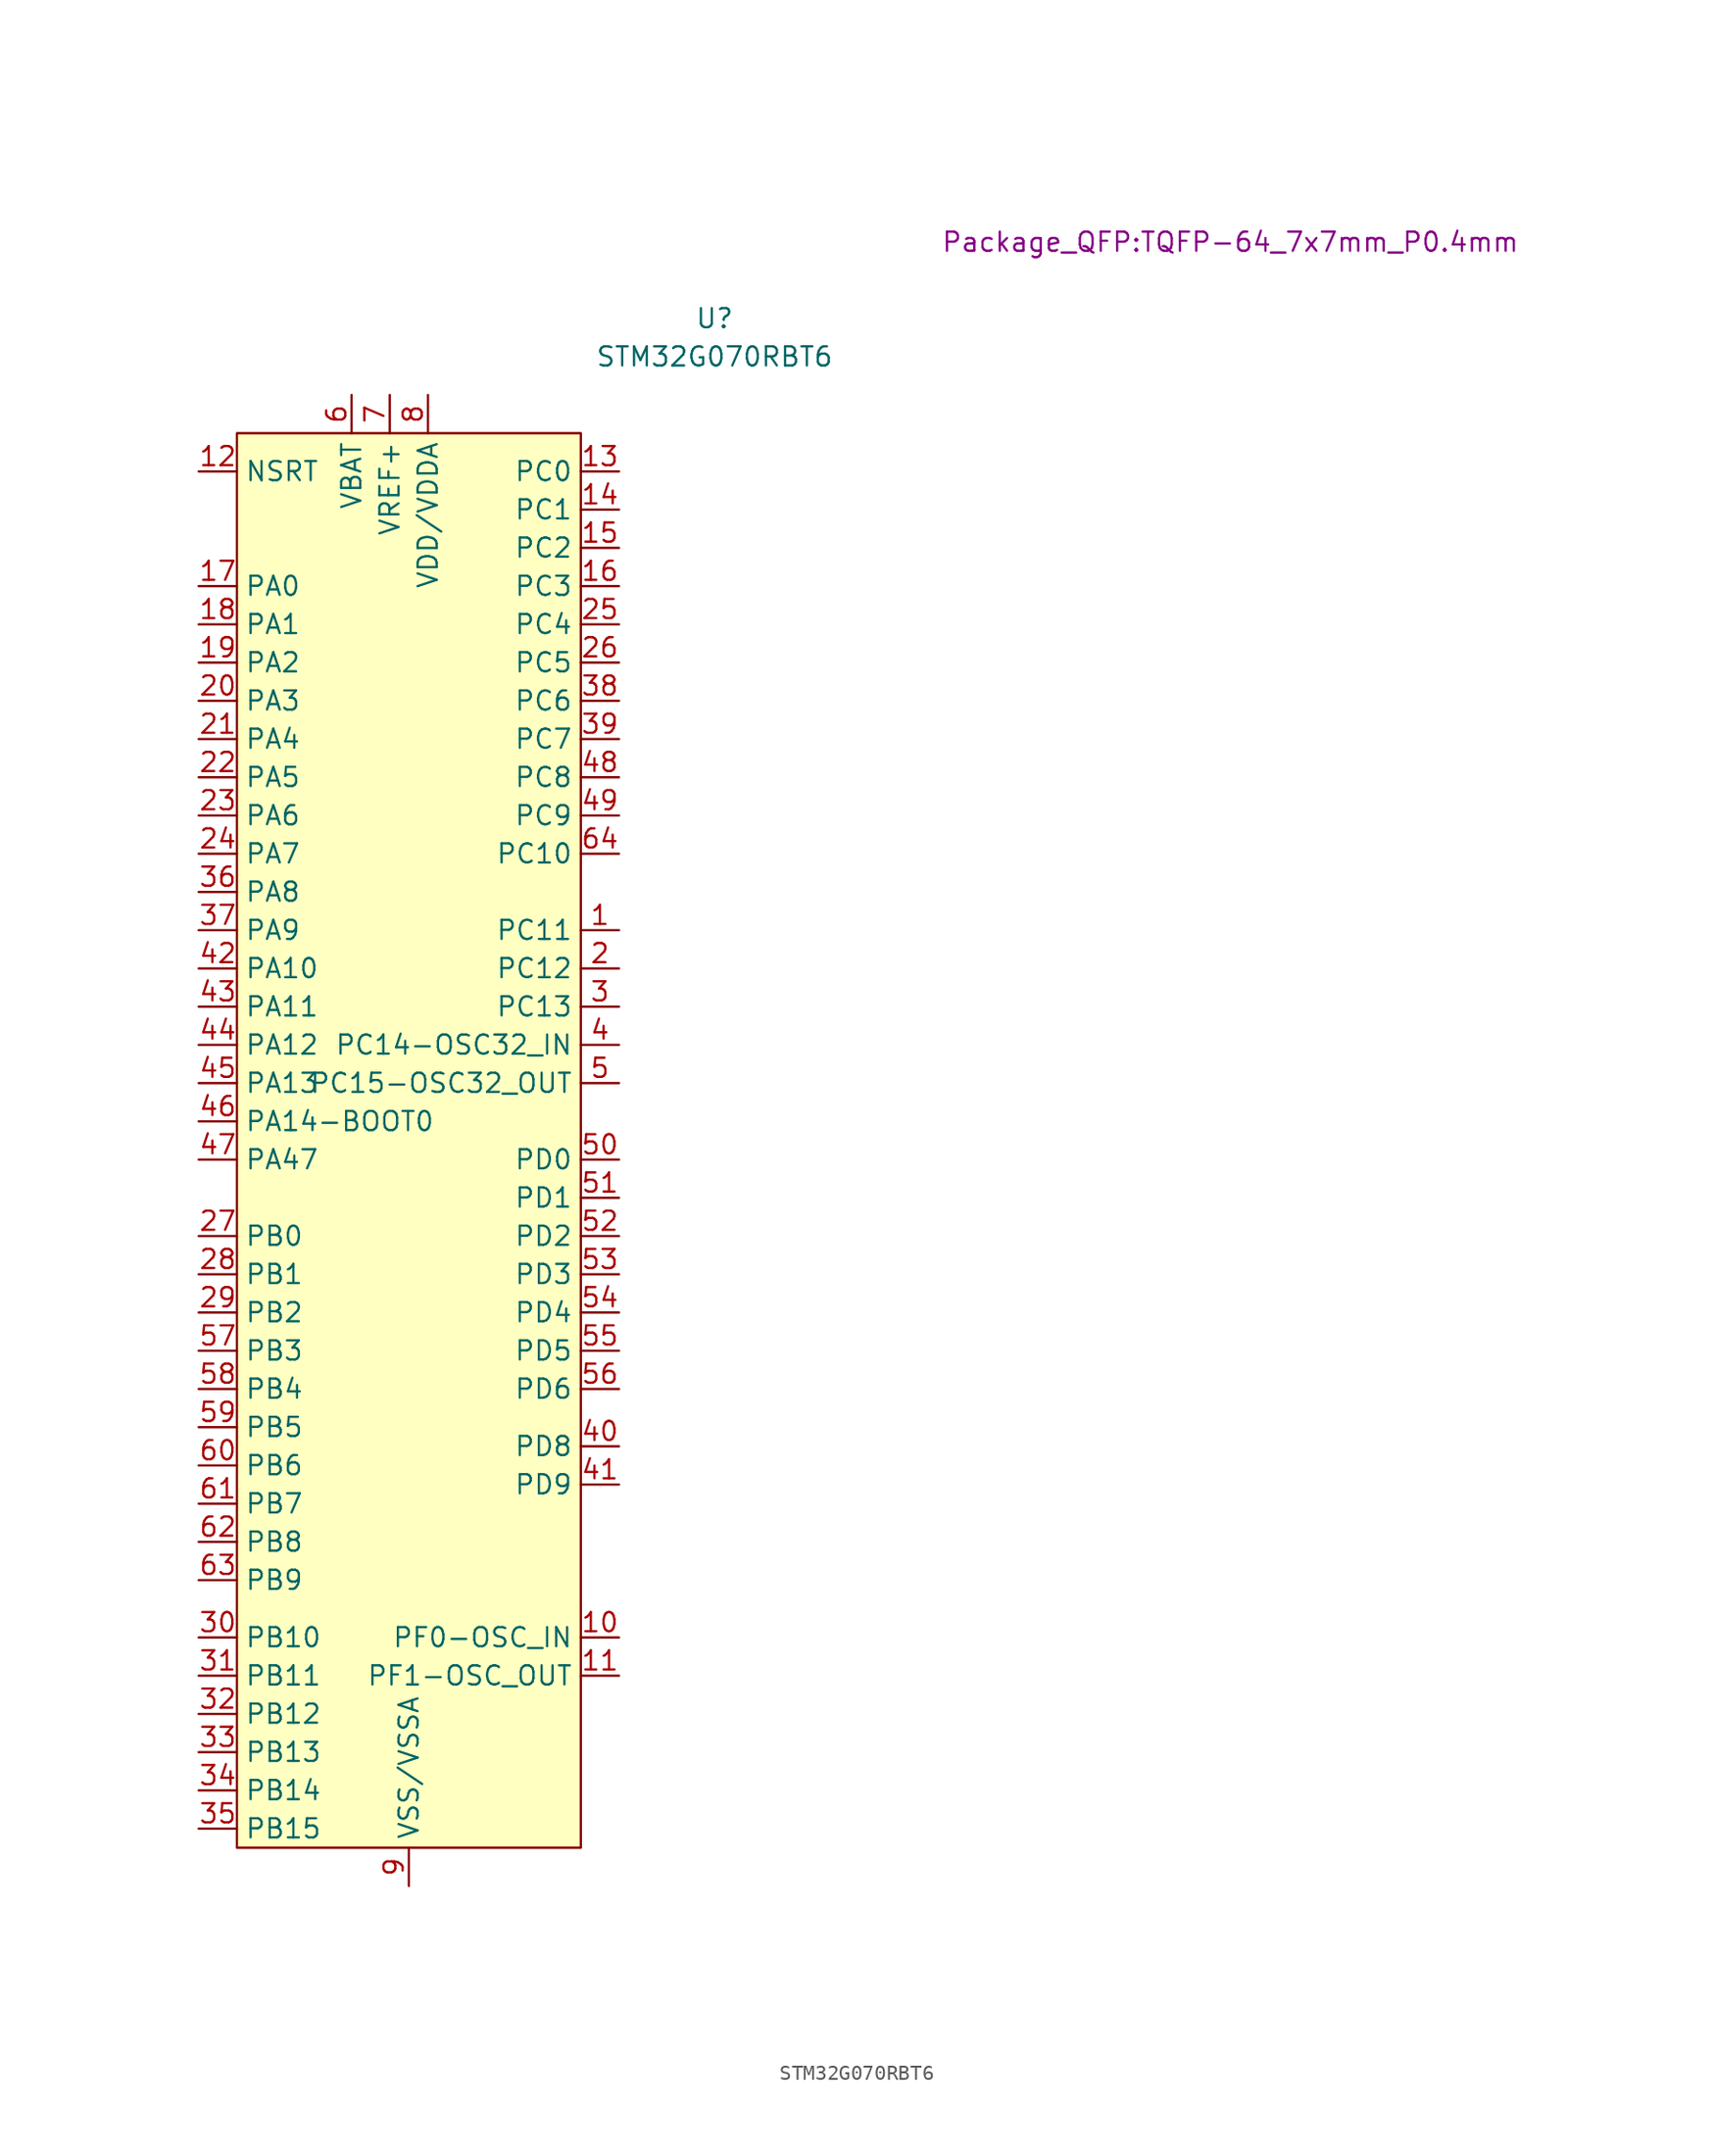
<source format=kicad_sym>
(kicad_symbol_lib
  (version 20211014)
  (generator kicad_symbol_editor)
  (symbol "STM32G070RBT6"
    (property "Reference" "U"
      (at -34.29 -5.08 0)
      (effects (font (size 1.27 1.27))))
    (property "Value" "STM32G070RBT6"
      (at -34.29 -7.62 0)
      (effects (font (size 1.27 1.27))))
    (property "Footprint" "Package_QFP:TQFP-64_7x7mm_P0.4mm"
      (at 0 0 0)
      (effects (font (size 1.27 1.27))))
    (symbol "STM32G070RBT6_0_1"
      (rectangle (start -66.04 -12.7) (end -43.18 -106.68) (stroke (width 0) (type default) (color 0 0 0 0)) (fill (type background))))
    (symbol "STM32G070RBT6_1_1"
      (pin bidirectional line (at -40.64 -45.72 180) (length 2.54) (name "PC11" (effects (font (size 1.27 1.27)))) (number "1" (effects (font (size 1.27 1.27)))))
      (pin bidirectional line (at -40.64 -92.71 180) (length 2.54) (name "PF0-OSC_IN" (effects (font (size 1.27 1.27)))) (number "10" (effects (font (size 1.27 1.27)))))
      (pin bidirectional line (at -40.64 -95.25 180) (length 2.54) (name "PF1-OSC_OUT" (effects (font (size 1.27 1.27)))) (number "11" (effects (font (size 1.27 1.27)))))
      (pin bidirectional line (at -68.58 -15.24 0) (length 2.54) (name "NSRT" (effects (font (size 1.27 1.27)))) (number "12" (effects (font (size 1.27 1.27)))))
      (pin bidirectional line (at -40.64 -15.24 180) (length 2.54) (name "PC0" (effects (font (size 1.27 1.27)))) (number "13" (effects (font (size 1.27 1.27)))))
      (pin bidirectional line (at -40.64 -17.78 180) (length 2.54) (name "PC1" (effects (font (size 1.27 1.27)))) (number "14" (effects (font (size 1.27 1.27)))))
      (pin bidirectional line (at -40.64 -20.32 180) (length 2.54) (name "PC2" (effects (font (size 1.27 1.27)))) (number "15" (effects (font (size 1.27 1.27)))))
      (pin bidirectional line (at -40.64 -22.86 180) (length 2.54) (name "PC3" (effects (font (size 1.27 1.27)))) (number "16" (effects (font (size 1.27 1.27)))))
      (pin bidirectional line (at -68.58 -22.86 0) (length 2.54) (name "PA0" (effects (font (size 1.27 1.27)))) (number "17" (effects (font (size 1.27 1.27)))))
      (pin bidirectional line (at -68.58 -25.4 0) (length 2.54) (name "PA1" (effects (font (size 1.27 1.27)))) (number "18" (effects (font (size 1.27 1.27)))))
      (pin bidirectional line (at -68.58 -27.94 0) (length 2.54) (name "PA2" (effects (font (size 1.27 1.27)))) (number "19" (effects (font (size 1.27 1.27)))))
      (pin bidirectional line (at -40.64 -48.26 180) (length 2.54) (name "PC12" (effects (font (size 1.27 1.27)))) (number "2" (effects (font (size 1.27 1.27)))))
      (pin bidirectional line (at -68.58 -30.48 0) (length 2.54) (name "PA3" (effects (font (size 1.27 1.27)))) (number "20" (effects (font (size 1.27 1.27)))))
      (pin bidirectional line (at -68.58 -33.02 0) (length 2.54) (name "PA4" (effects (font (size 1.27 1.27)))) (number "21" (effects (font (size 1.27 1.27)))))
      (pin bidirectional line (at -68.58 -35.56 0) (length 2.54) (name "PA5" (effects (font (size 1.27 1.27)))) (number "22" (effects (font (size 1.27 1.27)))))
      (pin bidirectional line (at -68.58 -38.1 0) (length 2.54) (name "PA6" (effects (font (size 1.27 1.27)))) (number "23" (effects (font (size 1.27 1.27)))))
      (pin bidirectional line (at -68.58 -40.64 0) (length 2.54) (name "PA7" (effects (font (size 1.27 1.27)))) (number "24" (effects (font (size 1.27 1.27)))))
      (pin bidirectional line (at -40.64 -25.4 180) (length 2.54) (name "PC4" (effects (font (size 1.27 1.27)))) (number "25" (effects (font (size 1.27 1.27)))))
      (pin bidirectional line (at -40.64 -27.94 180) (length 2.54) (name "PC5" (effects (font (size 1.27 1.27)))) (number "26" (effects (font (size 1.27 1.27)))))
      (pin bidirectional line (at -68.58 -66.04 0) (length 2.54) (name "PB0" (effects (font (size 1.27 1.27)))) (number "27" (effects (font (size 1.27 1.27)))))
      (pin bidirectional line (at -68.58 -68.58 0) (length 2.54) (name "PB1" (effects (font (size 1.27 1.27)))) (number "28" (effects (font (size 1.27 1.27)))))
      (pin bidirectional line (at -68.58 -71.12 0) (length 2.54) (name "PB2" (effects (font (size 1.27 1.27)))) (number "29" (effects (font (size 1.27 1.27)))))
      (pin bidirectional line (at -40.64 -50.8 180) (length 2.54) (name "PC13" (effects (font (size 1.27 1.27)))) (number "3" (effects (font (size 1.27 1.27)))))
      (pin bidirectional line (at -68.58 -92.71 0) (length 2.54) (name "PB10" (effects (font (size 1.27 1.27)))) (number "30" (effects (font (size 1.27 1.27)))))
      (pin bidirectional line (at -68.58 -95.25 0) (length 2.54) (name "PB11" (effects (font (size 1.27 1.27)))) (number "31" (effects (font (size 1.27 1.27)))))
      (pin bidirectional line (at -68.58 -97.79 0) (length 2.54) (name "PB12" (effects (font (size 1.27 1.27)))) (number "32" (effects (font (size 1.27 1.27)))))
      (pin bidirectional line (at -68.58 -100.33 0) (length 2.54) (name "PB13" (effects (font (size 1.27 1.27)))) (number "33" (effects (font (size 1.27 1.27)))))
      (pin bidirectional line (at -68.58 -102.87 0) (length 2.54) (name "PB14" (effects (font (size 1.27 1.27)))) (number "34" (effects (font (size 1.27 1.27)))))
      (pin bidirectional line (at -68.58 -105.41 0) (length 2.54) (name "PB15" (effects (font (size 1.27 1.27)))) (number "35" (effects (font (size 1.27 1.27)))))
      (pin bidirectional line (at -68.58 -43.18 0) (length 2.54) (name "PA8" (effects (font (size 1.27 1.27)))) (number "36" (effects (font (size 1.27 1.27)))))
      (pin bidirectional line (at -68.58 -45.72 0) (length 2.54) (name "PA9" (effects (font (size 1.27 1.27)))) (number "37" (effects (font (size 1.27 1.27)))))
      (pin bidirectional line (at -40.64 -30.48 180) (length 2.54) (name "PC6" (effects (font (size 1.27 1.27)))) (number "38" (effects (font (size 1.27 1.27)))))
      (pin bidirectional line (at -40.64 -33.02 180) (length 2.54) (name "PC7" (effects (font (size 1.27 1.27)))) (number "39" (effects (font (size 1.27 1.27)))))
      (pin bidirectional line (at -40.64 -53.34 180) (length 2.54) (name "PC14-OSC32_IN" (effects (font (size 1.27 1.27)))) (number "4" (effects (font (size 1.27 1.27)))))
      (pin bidirectional line (at -40.64 -80.01 180) (length 2.54) (name "PD8" (effects (font (size 1.27 1.27)))) (number "40" (effects (font (size 1.27 1.27)))))
      (pin bidirectional line (at -40.64 -82.55 180) (length 2.54) (name "PD9" (effects (font (size 1.27 1.27)))) (number "41" (effects (font (size 1.27 1.27)))))
      (pin bidirectional line (at -68.58 -48.26 0) (length 2.54) (name "PA10" (effects (font (size 1.27 1.27)))) (number "42" (effects (font (size 1.27 1.27)))))
      (pin bidirectional line (at -68.58 -50.8 0) (length 2.54) (name "PA11" (effects (font (size 1.27 1.27)))) (number "43" (effects (font (size 1.27 1.27)))))
      (pin bidirectional line (at -68.58 -53.34 0) (length 2.54) (name "PA12" (effects (font (size 1.27 1.27)))) (number "44" (effects (font (size 1.27 1.27)))))
      (pin bidirectional line (at -68.58 -55.88 0) (length 2.54) (name "PA13" (effects (font (size 1.27 1.27)))) (number "45" (effects (font (size 1.27 1.27)))))
      (pin bidirectional line (at -68.58 -58.42 0) (length 2.54) (name "PA14-BOOT0" (effects (font (size 1.27 1.27)))) (number "46" (effects (font (size 1.27 1.27)))))
      (pin bidirectional line (at -68.58 -60.96 0) (length 2.54) (name "PA47" (effects (font (size 1.27 1.27)))) (number "47" (effects (font (size 1.27 1.27)))))
      (pin bidirectional line (at -40.64 -35.56 180) (length 2.54) (name "PC8" (effects (font (size 1.27 1.27)))) (number "48" (effects (font (size 1.27 1.27)))))
      (pin bidirectional line (at -40.64 -38.1 180) (length 2.54) (name "PC9" (effects (font (size 1.27 1.27)))) (number "49" (effects (font (size 1.27 1.27)))))
      (pin bidirectional line (at -40.64 -55.88 180) (length 2.54) (name "PC15-OSC32_OUT" (effects (font (size 1.27 1.27)))) (number "5" (effects (font (size 1.27 1.27)))))
      (pin bidirectional line (at -40.64 -60.96 180) (length 2.54) (name "PD0" (effects (font (size 1.27 1.27)))) (number "50" (effects (font (size 1.27 1.27)))))
      (pin bidirectional line (at -40.64 -63.5 180) (length 2.54) (name "PD1" (effects (font (size 1.27 1.27)))) (number "51" (effects (font (size 1.27 1.27)))))
      (pin bidirectional line (at -40.64 -66.04 180) (length 2.54) (name "PD2" (effects (font (size 1.27 1.27)))) (number "52" (effects (font (size 1.27 1.27)))))
      (pin bidirectional line (at -40.64 -68.58 180) (length 2.54) (name "PD3" (effects (font (size 1.27 1.27)))) (number "53" (effects (font (size 1.27 1.27)))))
      (pin bidirectional line (at -40.64 -71.12 180) (length 2.54) (name "PD4" (effects (font (size 1.27 1.27)))) (number "54" (effects (font (size 1.27 1.27)))))
      (pin bidirectional line (at -40.64 -73.66 180) (length 2.54) (name "PD5" (effects (font (size 1.27 1.27)))) (number "55" (effects (font (size 1.27 1.27)))))
      (pin bidirectional line (at -40.64 -76.2 180) (length 2.54) (name "PD6" (effects (font (size 1.27 1.27)))) (number "56" (effects (font (size 1.27 1.27)))))
      (pin bidirectional line (at -68.58 -73.66 0) (length 2.54) (name "PB3" (effects (font (size 1.27 1.27)))) (number "57" (effects (font (size 1.27 1.27)))))
      (pin bidirectional line (at -68.58 -76.2 0) (length 2.54) (name "PB4" (effects (font (size 1.27 1.27)))) (number "58" (effects (font (size 1.27 1.27)))))
      (pin bidirectional line (at -68.58 -78.74 0) (length 2.54) (name "PB5" (effects (font (size 1.27 1.27)))) (number "59" (effects (font (size 1.27 1.27)))))
      (pin power_in line (at -58.42 -10.16 270) (length 2.54) (name "VBAT" (effects (font (size 1.27 1.27)))) (number "6" (effects (font (size 1.27 1.27)))))
      (pin bidirectional line (at -68.58 -81.28 0) (length 2.54) (name "PB6" (effects (font (size 1.27 1.27)))) (number "60" (effects (font (size 1.27 1.27)))))
      (pin bidirectional line (at -68.58 -83.82 0) (length 2.54) (name "PB7" (effects (font (size 1.27 1.27)))) (number "61" (effects (font (size 1.27 1.27)))))
      (pin bidirectional line (at -68.58 -86.36 0) (length 2.54) (name "PB8" (effects (font (size 1.27 1.27)))) (number "62" (effects (font (size 1.27 1.27)))))
      (pin bidirectional line (at -68.58 -88.9 0) (length 2.54) (name "PB9" (effects (font (size 1.27 1.27)))) (number "63" (effects (font (size 1.27 1.27)))))
      (pin bidirectional line (at -40.64 -40.64 180) (length 2.54) (name "PC10" (effects (font (size 1.27 1.27)))) (number "64" (effects (font (size 1.27 1.27)))))
      (pin power_in line (at -55.88 -10.16 270) (length 2.54) (name "VREF+" (effects (font (size 1.27 1.27)))) (number "7" (effects (font (size 1.27 1.27)))))
      (pin power_in line (at -53.34 -10.16 270) (length 2.54) (name "VDD/VDDA" (effects (font (size 1.27 1.27)))) (number "8" (effects (font (size 1.27 1.27)))))
      (pin power_in line (at -54.61 -109.22 90) (length 2.54) (name "VSS/VSSA" (effects (font (size 1.27 1.27)))) (number "9" (effects (font (size 1.27 1.27))))))))
</source>
